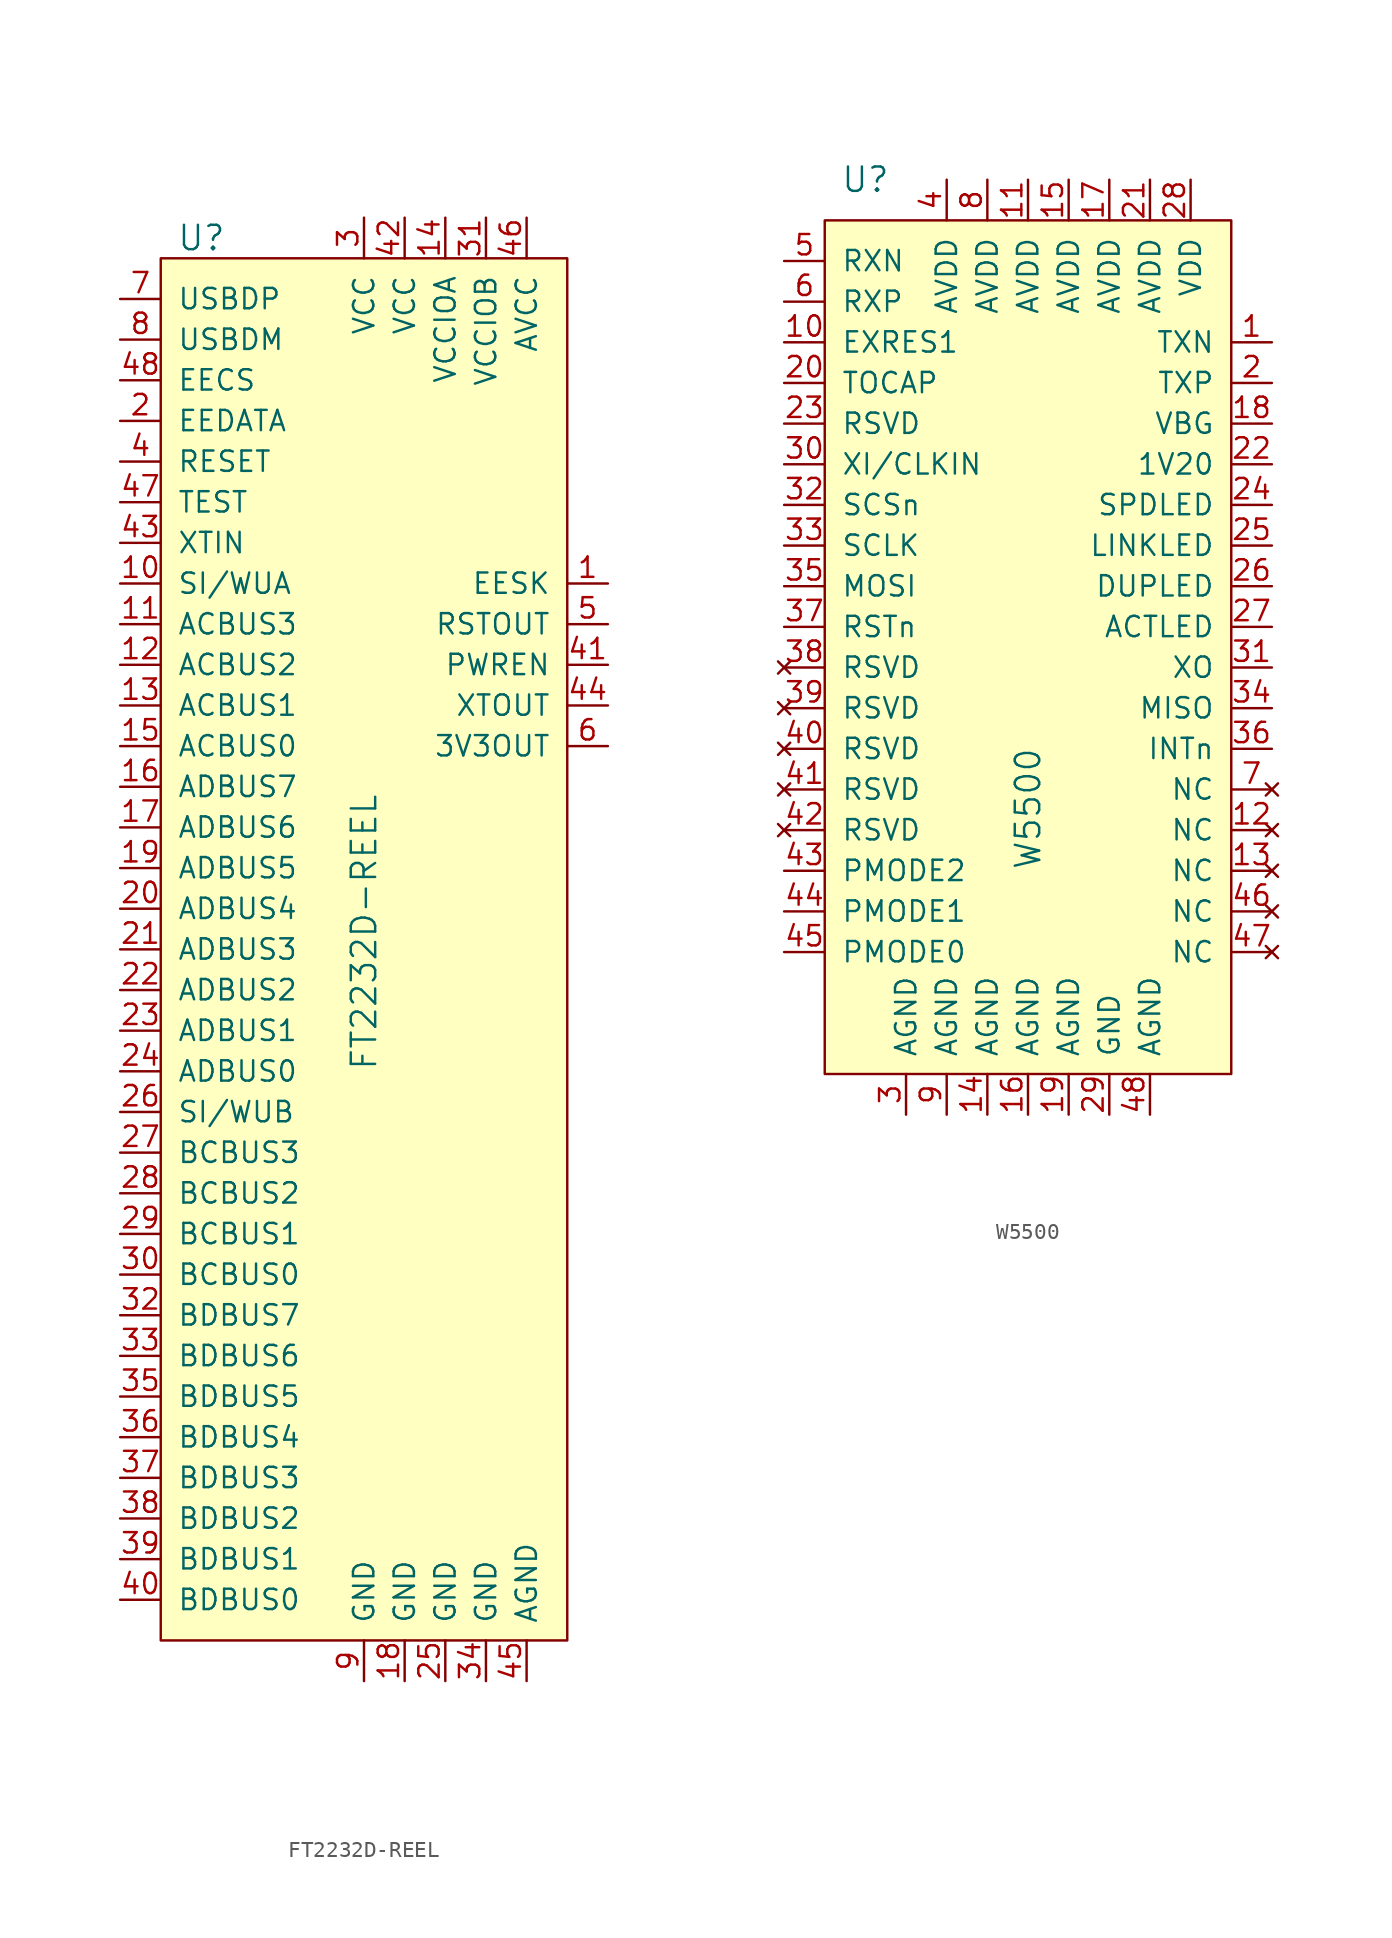
<source format=kicad_sym>
(kicad_symbol_lib
  (version 20211014)
  (generator kicad_symbol_editor)
  (symbol "FT2232D-REEL"
    (pin_names
      (offset 1.016))
    (property "Reference" "U"
      (at -15.24 16.51 0)
      (effects (font (size 1.524 1.524))))
    (property "Value" "FT2232D-REEL"
      (at -5.08 -35.56 90)
      (effects (font (size 1.524 1.524)) (justify left)))
    (symbol "FT2232D-REEL_0_1"
      (rectangle (start -17.78 15.24) (end 7.62 -71.12) (stroke (width 0) (type default) (color 0 0 0 0)) (fill (type background))))
    (symbol "FT2232D-REEL_1_1"
      (pin output line (at 10.16 -5.08 180) (length 2.54) (name "EESK" (effects (font (size 1.27 1.27)))) (number "1" (effects (font (size 1.27 1.27)))))
      (pin bidirectional line (at -20.32 -5.08 0) (length 2.54) (name "SI/WUA" (effects (font (size 1.27 1.27)))) (number "10" (effects (font (size 1.27 1.27)))))
      (pin bidirectional line (at -20.32 -7.62 0) (length 2.54) (name "ACBUS3" (effects (font (size 1.27 1.27)))) (number "11" (effects (font (size 1.27 1.27)))))
      (pin bidirectional line (at -20.32 -10.16 0) (length 2.54) (name "ACBUS2" (effects (font (size 1.27 1.27)))) (number "12" (effects (font (size 1.27 1.27)))))
      (pin bidirectional line (at -20.32 -12.7 0) (length 2.54) (name "ACBUS1" (effects (font (size 1.27 1.27)))) (number "13" (effects (font (size 1.27 1.27)))))
      (pin power_in line (at 0 17.78 270) (length 2.54) (name "VCCIOA" (effects (font (size 1.27 1.27)))) (number "14" (effects (font (size 1.27 1.27)))))
      (pin bidirectional line (at -20.32 -15.24 0) (length 2.54) (name "ACBUS0" (effects (font (size 1.27 1.27)))) (number "15" (effects (font (size 1.27 1.27)))))
      (pin bidirectional line (at -20.32 -17.78 0) (length 2.54) (name "ADBUS7" (effects (font (size 1.27 1.27)))) (number "16" (effects (font (size 1.27 1.27)))))
      (pin bidirectional line (at -20.32 -20.32 0) (length 2.54) (name "ADBUS6" (effects (font (size 1.27 1.27)))) (number "17" (effects (font (size 1.27 1.27)))))
      (pin power_in line (at -2.54 -73.66 90) (length 2.54) (name "GND" (effects (font (size 1.27 1.27)))) (number "18" (effects (font (size 1.27 1.27)))))
      (pin bidirectional line (at -20.32 -22.86 0) (length 2.54) (name "ADBUS5" (effects (font (size 1.27 1.27)))) (number "19" (effects (font (size 1.27 1.27)))))
      (pin bidirectional line (at -20.32 5.08 0) (length 2.54) (name "EEDATA" (effects (font (size 1.27 1.27)))) (number "2" (effects (font (size 1.27 1.27)))))
      (pin bidirectional line (at -20.32 -25.4 0) (length 2.54) (name "ADBUS4" (effects (font (size 1.27 1.27)))) (number "20" (effects (font (size 1.27 1.27)))))
      (pin bidirectional line (at -20.32 -27.94 0) (length 2.54) (name "ADBUS3" (effects (font (size 1.27 1.27)))) (number "21" (effects (font (size 1.27 1.27)))))
      (pin bidirectional line (at -20.32 -30.48 0) (length 2.54) (name "ADBUS2" (effects (font (size 1.27 1.27)))) (number "22" (effects (font (size 1.27 1.27)))))
      (pin bidirectional line (at -20.32 -33.02 0) (length 2.54) (name "ADBUS1" (effects (font (size 1.27 1.27)))) (number "23" (effects (font (size 1.27 1.27)))))
      (pin bidirectional line (at -20.32 -35.56 0) (length 2.54) (name "ADBUS0" (effects (font (size 1.27 1.27)))) (number "24" (effects (font (size 1.27 1.27)))))
      (pin power_in line (at 0 -73.66 90) (length 2.54) (name "GND" (effects (font (size 1.27 1.27)))) (number "25" (effects (font (size 1.27 1.27)))))
      (pin bidirectional line (at -20.32 -38.1 0) (length 2.54) (name "SI/WUB" (effects (font (size 1.27 1.27)))) (number "26" (effects (font (size 1.27 1.27)))))
      (pin bidirectional line (at -20.32 -40.64 0) (length 2.54) (name "BCBUS3" (effects (font (size 1.27 1.27)))) (number "27" (effects (font (size 1.27 1.27)))))
      (pin bidirectional line (at -20.32 -43.18 0) (length 2.54) (name "BCBUS2" (effects (font (size 1.27 1.27)))) (number "28" (effects (font (size 1.27 1.27)))))
      (pin bidirectional line (at -20.32 -45.72 0) (length 2.54) (name "BCBUS1" (effects (font (size 1.27 1.27)))) (number "29" (effects (font (size 1.27 1.27)))))
      (pin power_in line (at -5.08 17.78 270) (length 2.54) (name "VCC" (effects (font (size 1.27 1.27)))) (number "3" (effects (font (size 1.27 1.27)))))
      (pin bidirectional line (at -20.32 -48.26 0) (length 2.54) (name "BCBUS0" (effects (font (size 1.27 1.27)))) (number "30" (effects (font (size 1.27 1.27)))))
      (pin power_in line (at 2.54 17.78 270) (length 2.54) (name "VCCIOB" (effects (font (size 1.27 1.27)))) (number "31" (effects (font (size 1.27 1.27)))))
      (pin bidirectional line (at -20.32 -50.8 0) (length 2.54) (name "BDBUS7" (effects (font (size 1.27 1.27)))) (number "32" (effects (font (size 1.27 1.27)))))
      (pin bidirectional line (at -20.32 -53.34 0) (length 2.54) (name "BDBUS6" (effects (font (size 1.27 1.27)))) (number "33" (effects (font (size 1.27 1.27)))))
      (pin power_in line (at 2.54 -73.66 90) (length 2.54) (name "GND" (effects (font (size 1.27 1.27)))) (number "34" (effects (font (size 1.27 1.27)))))
      (pin bidirectional line (at -20.32 -55.88 0) (length 2.54) (name "BDBUS5" (effects (font (size 1.27 1.27)))) (number "35" (effects (font (size 1.27 1.27)))))
      (pin bidirectional line (at -20.32 -58.42 0) (length 2.54) (name "BDBUS4" (effects (font (size 1.27 1.27)))) (number "36" (effects (font (size 1.27 1.27)))))
      (pin bidirectional line (at -20.32 -60.96 0) (length 2.54) (name "BDBUS3" (effects (font (size 1.27 1.27)))) (number "37" (effects (font (size 1.27 1.27)))))
      (pin bidirectional line (at -20.32 -63.5 0) (length 2.54) (name "BDBUS2" (effects (font (size 1.27 1.27)))) (number "38" (effects (font (size 1.27 1.27)))))
      (pin bidirectional line (at -20.32 -66.04 0) (length 2.54) (name "BDBUS1" (effects (font (size 1.27 1.27)))) (number "39" (effects (font (size 1.27 1.27)))))
      (pin input line (at -20.32 2.54 0) (length 2.54) (name "RESET" (effects (font (size 1.27 1.27)))) (number "4" (effects (font (size 1.27 1.27)))))
      (pin bidirectional line (at -20.32 -68.58 0) (length 2.54) (name "BDBUS0" (effects (font (size 1.27 1.27)))) (number "40" (effects (font (size 1.27 1.27)))))
      (pin output line (at 10.16 -10.16 180) (length 2.54) (name "PWREN" (effects (font (size 1.27 1.27)))) (number "41" (effects (font (size 1.27 1.27)))))
      (pin power_in line (at -2.54 17.78 270) (length 2.54) (name "VCC" (effects (font (size 1.27 1.27)))) (number "42" (effects (font (size 1.27 1.27)))))
      (pin input line (at -20.32 -2.54 0) (length 2.54) (name "XTIN" (effects (font (size 1.27 1.27)))) (number "43" (effects (font (size 1.27 1.27)))))
      (pin output line (at 10.16 -12.7 180) (length 2.54) (name "XTOUT" (effects (font (size 1.27 1.27)))) (number "44" (effects (font (size 1.27 1.27)))))
      (pin power_in line (at 5.08 -73.66 90) (length 2.54) (name "AGND" (effects (font (size 1.27 1.27)))) (number "45" (effects (font (size 1.27 1.27)))))
      (pin power_in line (at 5.08 17.78 270) (length 2.54) (name "AVCC" (effects (font (size 1.27 1.27)))) (number "46" (effects (font (size 1.27 1.27)))))
      (pin input line (at -20.32 0 0) (length 2.54) (name "TEST" (effects (font (size 1.27 1.27)))) (number "47" (effects (font (size 1.27 1.27)))))
      (pin bidirectional line (at -20.32 7.62 0) (length 2.54) (name "EECS" (effects (font (size 1.27 1.27)))) (number "48" (effects (font (size 1.27 1.27)))))
      (pin output line (at 10.16 -7.62 180) (length 2.54) (name "RSTOUT" (effects (font (size 1.27 1.27)))) (number "5" (effects (font (size 1.27 1.27)))))
      (pin power_out line (at 10.16 -15.24 180) (length 2.54) (name "3V3OUT" (effects (font (size 1.27 1.27)))) (number "6" (effects (font (size 1.27 1.27)))))
      (pin bidirectional line (at -20.32 12.7 0) (length 2.54) (name "USBDP" (effects (font (size 1.27 1.27)))) (number "7" (effects (font (size 1.27 1.27)))))
      (pin bidirectional line (at -20.32 10.16 0) (length 2.54) (name "USBDM" (effects (font (size 1.27 1.27)))) (number "8" (effects (font (size 1.27 1.27)))))
      (pin power_in line (at -5.08 -73.66 90) (length 2.54) (name "GND" (effects (font (size 1.27 1.27)))) (number "9" (effects (font (size 1.27 1.27)))))))
  (symbol "W5500"
    (pin_names
      (offset 1.016))
    (property "Reference" "U"
      (at -15.24 5.08 0)
      (effects (font (size 1.524 1.524))))
    (property "Value" "W5500"
      (at -5.08 -38.1 90)
      (effects (font (size 1.524 1.524)) (justify left)))
    (symbol "W5500_0_1"
      (rectangle (start -17.78 2.54) (end 7.62 -50.8) (stroke (width 0) (type default) (color 0 0 0 0)) (fill (type background))))
    (symbol "W5500_1_1"
      (pin output line (at 10.16 -5.08 180) (length 2.54) (name "TXN" (effects (font (size 1.27 1.27)))) (number "1" (effects (font (size 1.27 1.27)))))
      (pin passive line (at -20.32 -5.08 0) (length 2.54) (name "EXRES1" (effects (font (size 1.27 1.27)))) (number "10" (effects (font (size 1.27 1.27)))))
      (pin power_in line (at -5.08 5.08 270) (length 2.54) (name "AVDD" (effects (font (size 1.27 1.27)))) (number "11" (effects (font (size 1.27 1.27)))))
      (pin no_connect line (at 10.16 -35.56 180) (length 2.54) (name "NC" (effects (font (size 1.27 1.27)))) (number "12" (effects (font (size 1.27 1.27)))))
      (pin no_connect line (at 10.16 -38.1 180) (length 2.54) (name "NC" (effects (font (size 1.27 1.27)))) (number "13" (effects (font (size 1.27 1.27)))))
      (pin power_in line (at -7.62 -53.34 90) (length 2.54) (name "AGND" (effects (font (size 1.27 1.27)))) (number "14" (effects (font (size 1.27 1.27)))))
      (pin power_in line (at -2.54 5.08 270) (length 2.54) (name "AVDD" (effects (font (size 1.27 1.27)))) (number "15" (effects (font (size 1.27 1.27)))))
      (pin power_in line (at -5.08 -53.34 90) (length 2.54) (name "AGND" (effects (font (size 1.27 1.27)))) (number "16" (effects (font (size 1.27 1.27)))))
      (pin power_in line (at 0 5.08 270) (length 2.54) (name "AVDD" (effects (font (size 1.27 1.27)))) (number "17" (effects (font (size 1.27 1.27)))))
      (pin output line (at 10.16 -10.16 180) (length 2.54) (name "VBG" (effects (font (size 1.27 1.27)))) (number "18" (effects (font (size 1.27 1.27)))))
      (pin power_in line (at -2.54 -53.34 90) (length 2.54) (name "AGND" (effects (font (size 1.27 1.27)))) (number "19" (effects (font (size 1.27 1.27)))))
      (pin output line (at 10.16 -7.62 180) (length 2.54) (name "TXP" (effects (font (size 1.27 1.27)))) (number "2" (effects (font (size 1.27 1.27)))))
      (pin passive line (at -20.32 -7.62 0) (length 2.54) (name "TOCAP" (effects (font (size 1.27 1.27)))) (number "20" (effects (font (size 1.27 1.27)))))
      (pin power_in line (at 2.54 5.08 270) (length 2.54) (name "AVDD" (effects (font (size 1.27 1.27)))) (number "21" (effects (font (size 1.27 1.27)))))
      (pin power_out line (at 10.16 -12.7 180) (length 2.54) (name "1V20" (effects (font (size 1.27 1.27)))) (number "22" (effects (font (size 1.27 1.27)))))
      (pin passive line (at -20.32 -10.16 0) (length 2.54) (name "RSVD" (effects (font (size 1.27 1.27)))) (number "23" (effects (font (size 1.27 1.27)))))
      (pin output line (at 10.16 -15.24 180) (length 2.54) (name "SPDLED" (effects (font (size 1.27 1.27)))) (number "24" (effects (font (size 1.27 1.27)))))
      (pin output line (at 10.16 -17.78 180) (length 2.54) (name "LINKLED" (effects (font (size 1.27 1.27)))) (number "25" (effects (font (size 1.27 1.27)))))
      (pin output line (at 10.16 -20.32 180) (length 2.54) (name "DUPLED" (effects (font (size 1.27 1.27)))) (number "26" (effects (font (size 1.27 1.27)))))
      (pin output line (at 10.16 -22.86 180) (length 2.54) (name "ACTLED" (effects (font (size 1.27 1.27)))) (number "27" (effects (font (size 1.27 1.27)))))
      (pin power_in line (at 5.08 5.08 270) (length 2.54) (name "VDD" (effects (font (size 1.27 1.27)))) (number "28" (effects (font (size 1.27 1.27)))))
      (pin power_in line (at 0 -53.34 90) (length 2.54) (name "GND" (effects (font (size 1.27 1.27)))) (number "29" (effects (font (size 1.27 1.27)))))
      (pin power_in line (at -12.7 -53.34 90) (length 2.54) (name "AGND" (effects (font (size 1.27 1.27)))) (number "3" (effects (font (size 1.27 1.27)))))
      (pin input line (at -20.32 -12.7 0) (length 2.54) (name "XI/CLKIN" (effects (font (size 1.27 1.27)))) (number "30" (effects (font (size 1.27 1.27)))))
      (pin output line (at 10.16 -25.4 180) (length 2.54) (name "XO" (effects (font (size 1.27 1.27)))) (number "31" (effects (font (size 1.27 1.27)))))
      (pin input line (at -20.32 -15.24 0) (length 2.54) (name "SCSn" (effects (font (size 1.27 1.27)))) (number "32" (effects (font (size 1.27 1.27)))))
      (pin input line (at -20.32 -17.78 0) (length 2.54) (name "SCLK" (effects (font (size 1.27 1.27)))) (number "33" (effects (font (size 1.27 1.27)))))
      (pin output line (at 10.16 -27.94 180) (length 2.54) (name "MISO" (effects (font (size 1.27 1.27)))) (number "34" (effects (font (size 1.27 1.27)))))
      (pin input line (at -20.32 -20.32 0) (length 2.54) (name "MOSI" (effects (font (size 1.27 1.27)))) (number "35" (effects (font (size 1.27 1.27)))))
      (pin output line (at 10.16 -30.48 180) (length 2.54) (name "INTn" (effects (font (size 1.27 1.27)))) (number "36" (effects (font (size 1.27 1.27)))))
      (pin input line (at -20.32 -22.86 0) (length 2.54) (name "RSTn" (effects (font (size 1.27 1.27)))) (number "37" (effects (font (size 1.27 1.27)))))
      (pin no_connect line (at -20.32 -25.4 0) (length 2.54) (name "RSVD" (effects (font (size 1.27 1.27)))) (number "38" (effects (font (size 1.27 1.27)))))
      (pin no_connect line (at -20.32 -27.94 0) (length 2.54) (name "RSVD" (effects (font (size 1.27 1.27)))) (number "39" (effects (font (size 1.27 1.27)))))
      (pin power_in line (at -10.16 5.08 270) (length 2.54) (name "AVDD" (effects (font (size 1.27 1.27)))) (number "4" (effects (font (size 1.27 1.27)))))
      (pin no_connect line (at -20.32 -30.48 0) (length 2.54) (name "RSVD" (effects (font (size 1.27 1.27)))) (number "40" (effects (font (size 1.27 1.27)))))
      (pin no_connect line (at -20.32 -33.02 0) (length 2.54) (name "RSVD" (effects (font (size 1.27 1.27)))) (number "41" (effects (font (size 1.27 1.27)))))
      (pin no_connect line (at -20.32 -35.56 0) (length 2.54) (name "RSVD" (effects (font (size 1.27 1.27)))) (number "42" (effects (font (size 1.27 1.27)))))
      (pin input line (at -20.32 -38.1 0) (length 2.54) (name "PMODE2" (effects (font (size 1.27 1.27)))) (number "43" (effects (font (size 1.27 1.27)))))
      (pin input line (at -20.32 -40.64 0) (length 2.54) (name "PMODE1" (effects (font (size 1.27 1.27)))) (number "44" (effects (font (size 1.27 1.27)))))
      (pin input line (at -20.32 -43.18 0) (length 2.54) (name "PMODE0" (effects (font (size 1.27 1.27)))) (number "45" (effects (font (size 1.27 1.27)))))
      (pin no_connect line (at 10.16 -40.64 180) (length 2.54) (name "NC" (effects (font (size 1.27 1.27)))) (number "46" (effects (font (size 1.27 1.27)))))
      (pin no_connect line (at 10.16 -43.18 180) (length 2.54) (name "NC" (effects (font (size 1.27 1.27)))) (number "47" (effects (font (size 1.27 1.27)))))
      (pin power_in line (at 2.54 -53.34 90) (length 2.54) (name "AGND" (effects (font (size 1.27 1.27)))) (number "48" (effects (font (size 1.27 1.27)))))
      (pin input line (at -20.32 0 0) (length 2.54) (name "RXN" (effects (font (size 1.27 1.27)))) (number "5" (effects (font (size 1.27 1.27)))))
      (pin input line (at -20.32 -2.54 0) (length 2.54) (name "RXP" (effects (font (size 1.27 1.27)))) (number "6" (effects (font (size 1.27 1.27)))))
      (pin no_connect line (at 10.16 -33.02 180) (length 2.54) (name "NC" (effects (font (size 1.27 1.27)))) (number "7" (effects (font (size 1.27 1.27)))))
      (pin power_in line (at -7.62 5.08 270) (length 2.54) (name "AVDD" (effects (font (size 1.27 1.27)))) (number "8" (effects (font (size 1.27 1.27)))))
      (pin power_in line (at -10.16 -53.34 90) (length 2.54) (name "AGND" (effects (font (size 1.27 1.27)))) (number "9" (effects (font (size 1.27 1.27))))))))
</source>
